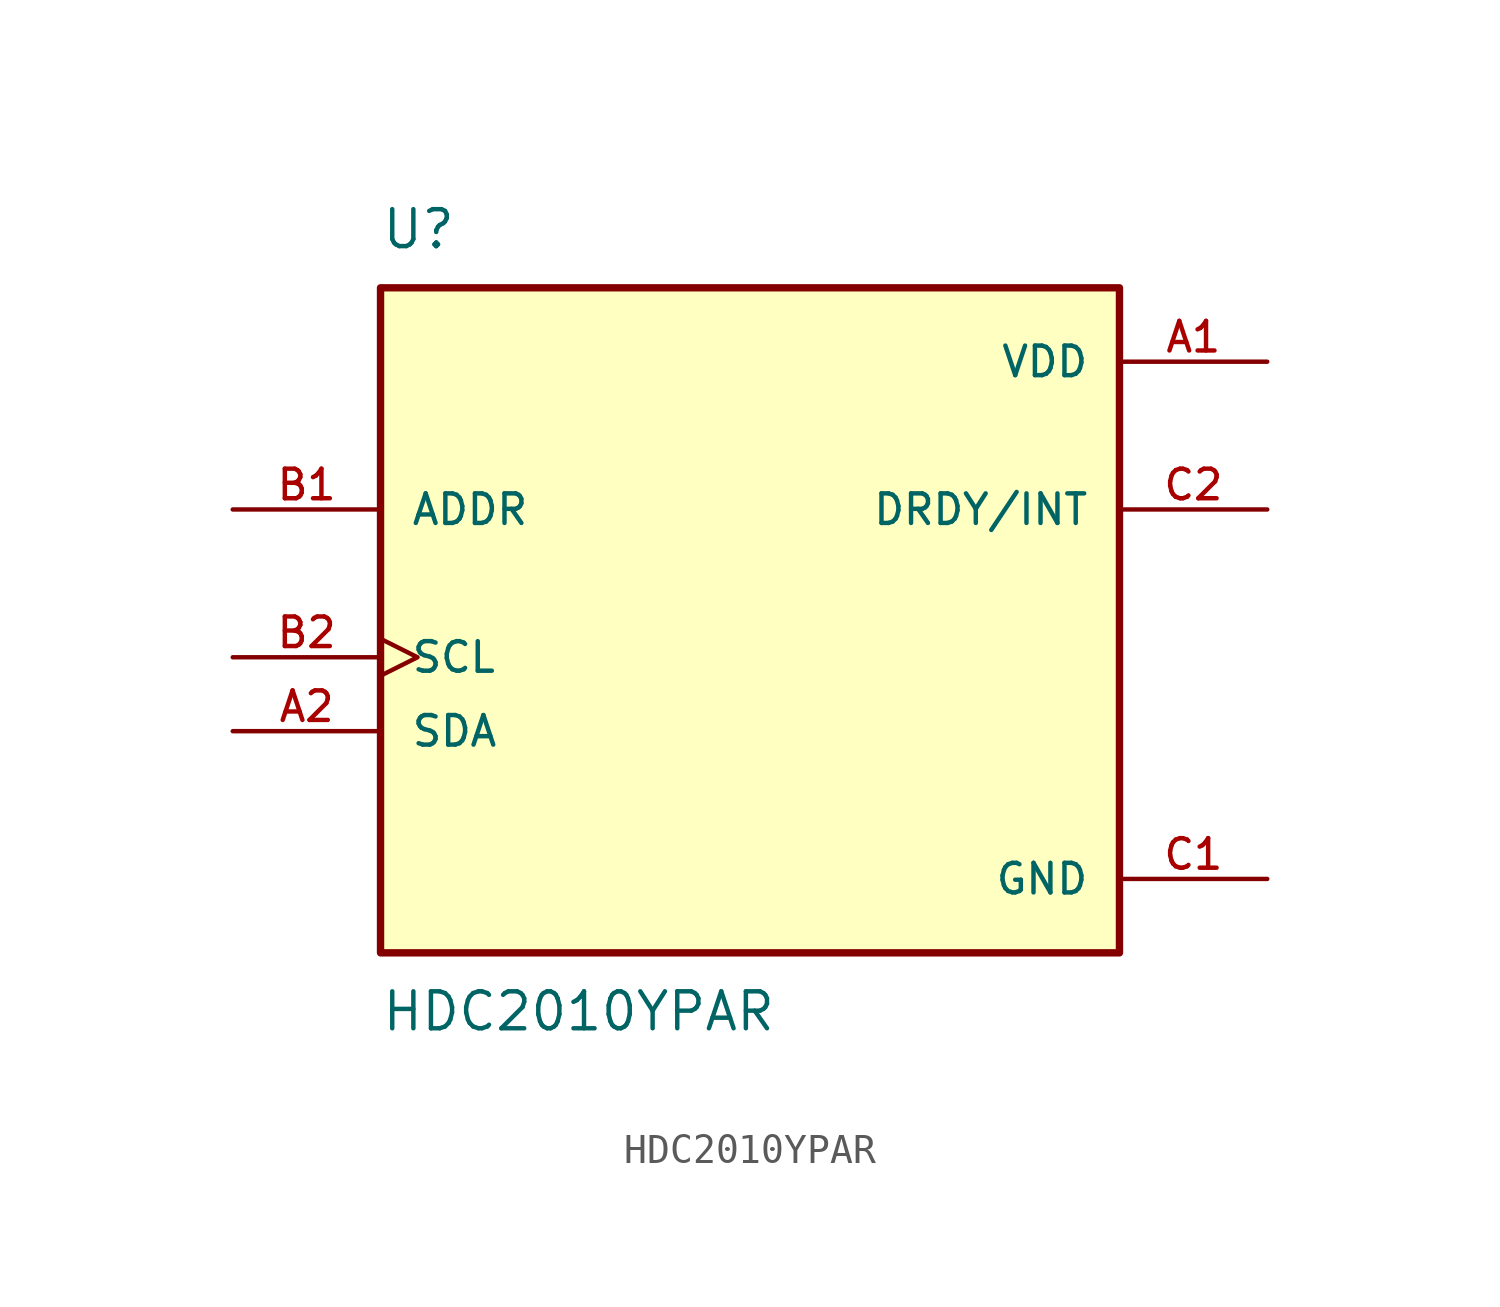
<source format=kicad_sym>
(kicad_symbol_lib
  (version 20211014)
  (generator kicad_symbol_editor)
  (symbol "HDC2010YPAR"
    (pin_names
      (offset 1.016))
    (property "Reference" "U"
      (at -12.7 11.43 0)
      (effects (font (size 1.27 1.27)) (justify bottom left)))
    (property "Value" "HDC2010YPAR"
      (at -12.7 -13.97 0.0)
      (effects (font (size 1.27 1.27)) (justify top left)))
    (symbol "HDC2010YPAR_0_0"
      (rectangle (start -12.7 -12.7) (end 12.7 10.16) (stroke (width 0.254)) (fill (type background)))
      (pin power_in line (at 17.78 7.62 180.0) (length 5.08) (name "VDD" (effects (font (size 1.016 1.016)))) (number "A1" (effects (font (size 1.016 1.016)))))
      (pin input line (at -17.78 2.54 0) (length 5.08) (name "ADDR" (effects (font (size 1.016 1.016)))) (number "B1" (effects (font (size 1.016 1.016)))))
      (pin power_in line (at 17.78 -10.16 180.0) (length 5.08) (name "GND" (effects (font (size 1.016 1.016)))) (number "C1" (effects (font (size 1.016 1.016)))))
      (pin bidirectional line (at -17.78 -5.08 0) (length 5.08) (name "SDA" (effects (font (size 1.016 1.016)))) (number "A2" (effects (font (size 1.016 1.016)))))
      (pin input clock (at -17.78 -2.54 0) (length 5.08) (name "SCL" (effects (font (size 1.016 1.016)))) (number "B2" (effects (font (size 1.016 1.016)))))
      (pin output line (at 17.78 2.54 180.0) (length 5.08) (name "DRDY/INT" (effects (font (size 1.016 1.016)))) (number "C2" (effects (font (size 1.016 1.016))))))))
</source>
